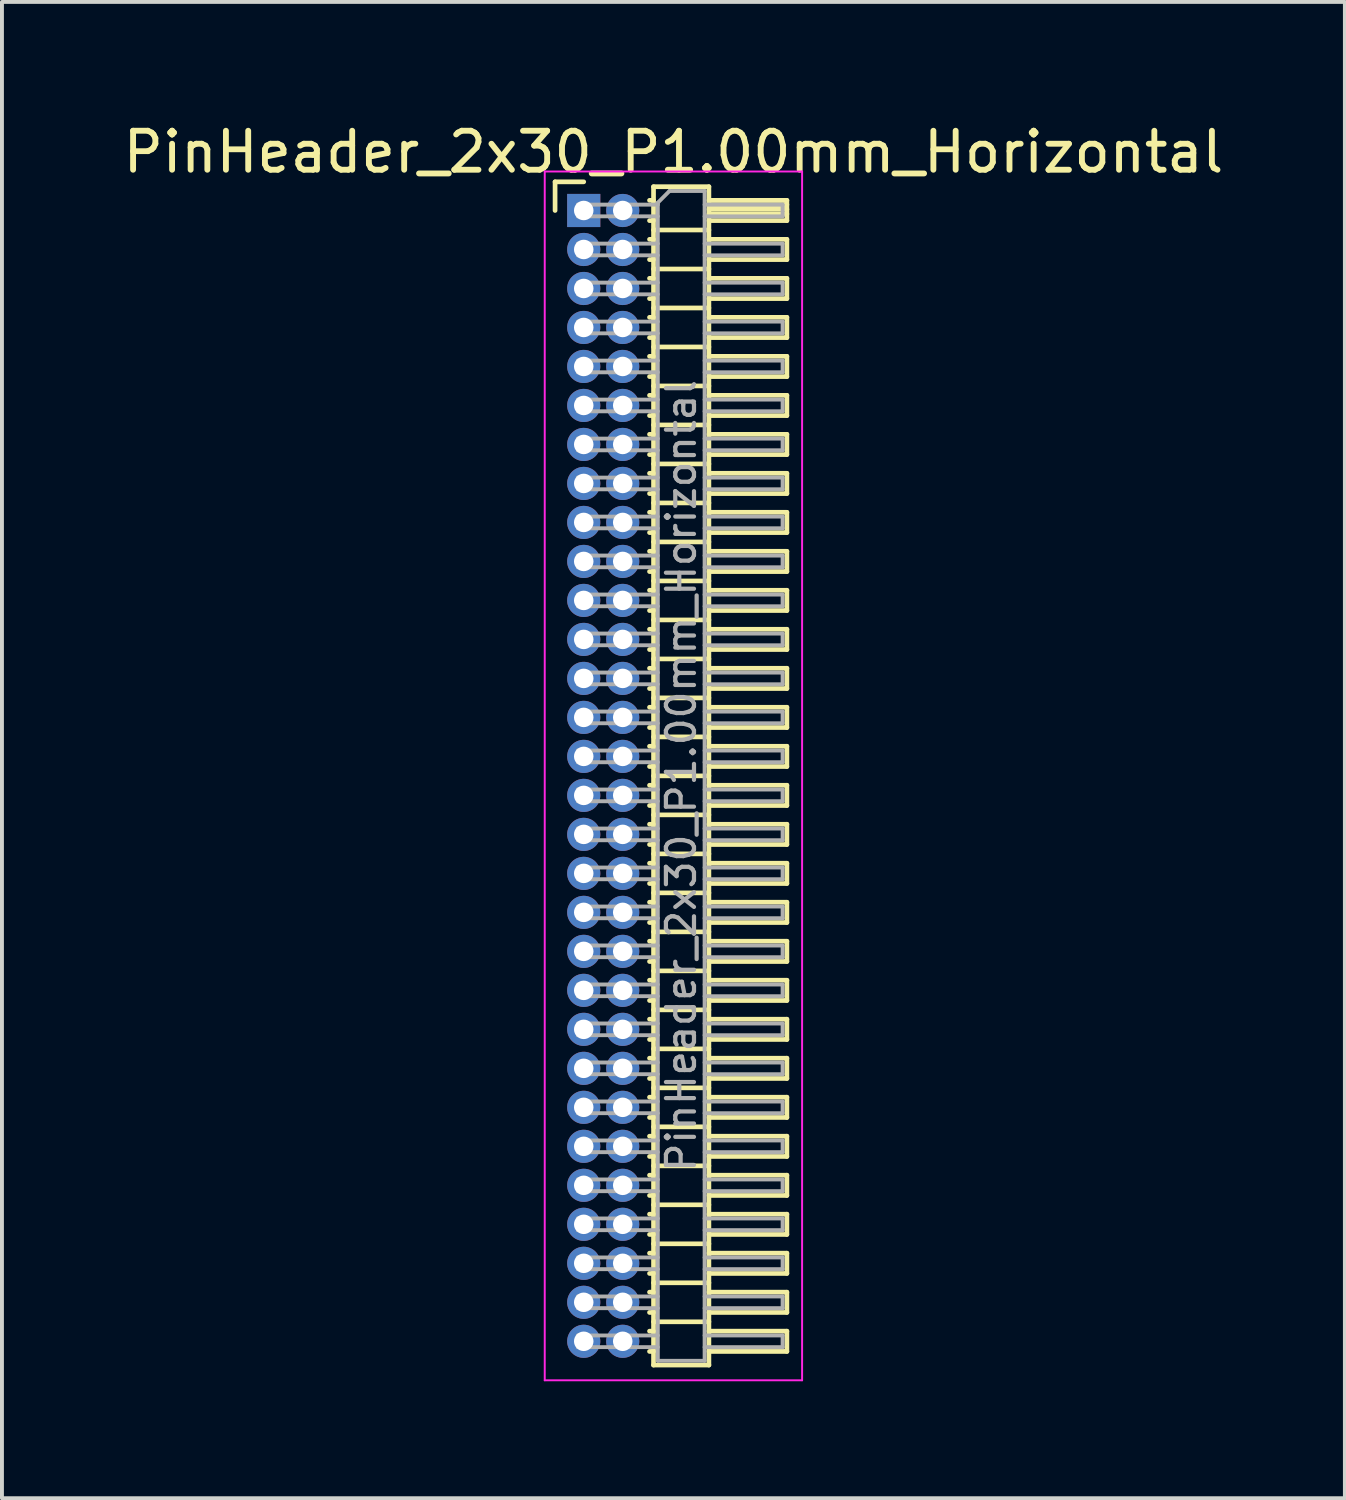
<source format=kicad_pcb>
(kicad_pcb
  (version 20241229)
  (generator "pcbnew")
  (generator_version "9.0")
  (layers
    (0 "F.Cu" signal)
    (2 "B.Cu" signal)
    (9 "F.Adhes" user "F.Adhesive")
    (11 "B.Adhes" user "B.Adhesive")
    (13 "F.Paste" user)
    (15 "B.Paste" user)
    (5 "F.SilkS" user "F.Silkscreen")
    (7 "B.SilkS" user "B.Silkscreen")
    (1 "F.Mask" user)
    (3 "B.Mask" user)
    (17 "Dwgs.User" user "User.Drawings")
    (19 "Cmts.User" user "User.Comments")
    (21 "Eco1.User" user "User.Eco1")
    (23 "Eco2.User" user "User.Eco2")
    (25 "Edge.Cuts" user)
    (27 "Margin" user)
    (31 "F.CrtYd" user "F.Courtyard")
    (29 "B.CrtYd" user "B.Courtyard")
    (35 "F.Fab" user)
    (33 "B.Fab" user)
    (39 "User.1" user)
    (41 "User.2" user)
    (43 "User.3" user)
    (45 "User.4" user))
  (footprint "PinHeader_2x30_P1.00mm_Horizontal"
    (layer "F.Cu")
    (at 11.92 2.348)
    (property "Reference" "PinHeader_2x30_P1.00mm_Horizontal" (at 2.3 -1.5 0) (layer "F.SilkS") (effects (font (size 1 1) (thickness 0.15))))
    (attr through_hole)
    (fp_line (start -0.735 -0.735) (end 0 -0.735) (stroke (width 0.12) (type solid)) (layer "F.SilkS"))
    (fp_line (start -0.735 0) (end -0.735 -0.735) (stroke (width 0.12) (type solid)) (layer "F.SilkS"))
    (fp_line (start 1.687 -0.26) (end 1.79 -0.26) (stroke (width 0.12) (type solid)) (layer "F.SilkS"))
    (fp_line (start 1.687 0.26) (end 1.79 0.26) (stroke (width 0.12) (type solid)) (layer "F.SilkS"))
    (fp_line (start 1.687 0.74) (end 1.79 0.74) (stroke (width 0.12) (type solid)) (layer "F.SilkS"))
    (fp_line (start 1.687 1.26) (end 1.79 1.26) (stroke (width 0.12) (type solid)) (layer "F.SilkS"))
    (fp_line (start 1.687 1.74) (end 1.79 1.74) (stroke (width 0.12) (type solid)) (layer "F.SilkS"))
    (fp_line (start 1.687 2.26) (end 1.79 2.26) (stroke (width 0.12) (type solid)) (layer "F.SilkS"))
    (fp_line (start 1.687 2.74) (end 1.79 2.74) (stroke (width 0.12) (type solid)) (layer "F.SilkS"))
    (fp_line (start 1.687 3.26) (end 1.79 3.26) (stroke (width 0.12) (type solid)) (layer "F.SilkS"))
    (fp_line (start 1.687 3.74) (end 1.79 3.74) (stroke (width 0.12) (type solid)) (layer "F.SilkS"))
    (fp_line (start 1.687 4.26) (end 1.79 4.26) (stroke (width 0.12) (type solid)) (layer "F.SilkS"))
    (fp_line (start 1.687 4.74) (end 1.79 4.74) (stroke (width 0.12) (type solid)) (layer "F.SilkS"))
    (fp_line (start 1.687 5.26) (end 1.79 5.26) (stroke (width 0.12) (type solid)) (layer "F.SilkS"))
    (fp_line (start 1.687 5.74) (end 1.79 5.74) (stroke (width 0.12) (type solid)) (layer "F.SilkS"))
    (fp_line (start 1.687 6.26) (end 1.79 6.26) (stroke (width 0.12) (type solid)) (layer "F.SilkS"))
    (fp_line (start 1.687 6.74) (end 1.79 6.74) (stroke (width 0.12) (type solid)) (layer "F.SilkS"))
    (fp_line (start 1.687 7.26) (end 1.79 7.26) (stroke (width 0.12) (type solid)) (layer "F.SilkS"))
    (fp_line (start 1.687 7.74) (end 1.79 7.74) (stroke (width 0.12) (type solid)) (layer "F.SilkS"))
    (fp_line (start 1.687 8.26) (end 1.79 8.26) (stroke (width 0.12) (type solid)) (layer "F.SilkS"))
    (fp_line (start 1.687 8.74) (end 1.79 8.74) (stroke (width 0.12) (type solid)) (layer "F.SilkS"))
    (fp_line (start 1.687 9.26) (end 1.79 9.26) (stroke (width 0.12) (type solid)) (layer "F.SilkS"))
    (fp_line (start 1.687 9.74) (end 1.79 9.74) (stroke (width 0.12) (type solid)) (layer "F.SilkS"))
    (fp_line (start 1.687 10.26) (end 1.79 10.26) (stroke (width 0.12) (type solid)) (layer "F.SilkS"))
    (fp_line (start 1.687 10.74) (end 1.79 10.74) (stroke (width 0.12) (type solid)) (layer "F.SilkS"))
    (fp_line (start 1.687 11.26) (end 1.79 11.26) (stroke (width 0.12) (type solid)) (layer "F.SilkS"))
    (fp_line (start 1.687 11.74) (end 1.79 11.74) (stroke (width 0.12) (type solid)) (layer "F.SilkS"))
    (fp_line (start 1.687 12.26) (end 1.79 12.26) (stroke (width 0.12) (type solid)) (layer "F.SilkS"))
    (fp_line (start 1.687 12.74) (end 1.79 12.74) (stroke (width 0.12) (type solid)) (layer "F.SilkS"))
    (fp_line (start 1.687 13.26) (end 1.79 13.26) (stroke (width 0.12) (type solid)) (layer "F.SilkS"))
    (fp_line (start 1.687 13.74) (end 1.79 13.74) (stroke (width 0.12) (type solid)) (layer "F.SilkS"))
    (fp_line (start 1.687 14.26) (end 1.79 14.26) (stroke (width 0.12) (type solid)) (layer "F.SilkS"))
    (fp_line (start 1.687 14.74) (end 1.79 14.74) (stroke (width 0.12) (type solid)) (layer "F.SilkS"))
    (fp_line (start 1.687 15.26) (end 1.79 15.26) (stroke (width 0.12) (type solid)) (layer "F.SilkS"))
    (fp_line (start 1.687 15.74) (end 1.79 15.74) (stroke (width 0.12) (type solid)) (layer "F.SilkS"))
    (fp_line (start 1.687 16.26) (end 1.79 16.26) (stroke (width 0.12) (type solid)) (layer "F.SilkS"))
    (fp_line (start 1.687 16.74) (end 1.79 16.74) (stroke (width 0.12) (type solid)) (layer "F.SilkS"))
    (fp_line (start 1.687 17.26) (end 1.79 17.26) (stroke (width 0.12) (type solid)) (layer "F.SilkS"))
    (fp_line (start 1.687 17.74) (end 1.79 17.74) (stroke (width 0.12) (type solid)) (layer "F.SilkS"))
    (fp_line (start 1.687 18.26) (end 1.79 18.26) (stroke (width 0.12) (type solid)) (layer "F.SilkS"))
    (fp_line (start 1.687 18.74) (end 1.79 18.74) (stroke (width 0.12) (type solid)) (layer "F.SilkS"))
    (fp_line (start 1.687 19.26) (end 1.79 19.26) (stroke (width 0.12) (type solid)) (layer "F.SilkS"))
    (fp_line (start 1.687 19.74) (end 1.79 19.74) (stroke (width 0.12) (type solid)) (layer "F.SilkS"))
    (fp_line (start 1.687 20.26) (end 1.79 20.26) (stroke (width 0.12) (type solid)) (layer "F.SilkS"))
    (fp_line (start 1.687 20.74) (end 1.79 20.74) (stroke (width 0.12) (type solid)) (layer "F.SilkS"))
    (fp_line (start 1.687 21.26) (end 1.79 21.26) (stroke (width 0.12) (type solid)) (layer "F.SilkS"))
    (fp_line (start 1.687 21.74) (end 1.79 21.74) (stroke (width 0.12) (type solid)) (layer "F.SilkS"))
    (fp_line (start 1.687 22.26) (end 1.79 22.26) (stroke (width 0.12) (type solid)) (layer "F.SilkS"))
    (fp_line (start 1.687 22.74) (end 1.79 22.74) (stroke (width 0.12) (type solid)) (layer "F.SilkS"))
    (fp_line (start 1.687 23.26) (end 1.79 23.26) (stroke (width 0.12) (type solid)) (layer "F.SilkS"))
    (fp_line (start 1.687 23.74) (end 1.79 23.74) (stroke (width 0.12) (type solid)) (layer "F.SilkS"))
    (fp_line (start 1.687 24.26) (end 1.79 24.26) (stroke (width 0.12) (type solid)) (layer "F.SilkS"))
    (fp_line (start 1.687 24.74) (end 1.79 24.74) (stroke (width 0.12) (type solid)) (layer "F.SilkS"))
    (fp_line (start 1.687 25.26) (end 1.79 25.26) (stroke (width 0.12) (type solid)) (layer "F.SilkS"))
    (fp_line (start 1.687 25.74) (end 1.79 25.74) (stroke (width 0.12) (type solid)) (layer "F.SilkS"))
    (fp_line (start 1.687 26.26) (end 1.79 26.26) (stroke (width 0.12) (type solid)) (layer "F.SilkS"))
    (fp_line (start 1.687 26.74) (end 1.79 26.74) (stroke (width 0.12) (type solid)) (layer "F.SilkS"))
    (fp_line (start 1.687 27.26) (end 1.79 27.26) (stroke (width 0.12) (type solid)) (layer "F.SilkS"))
    (fp_line (start 1.687 27.74) (end 1.79 27.74) (stroke (width 0.12) (type solid)) (layer "F.SilkS"))
    (fp_line (start 1.687 28.26) (end 1.79 28.26) (stroke (width 0.12) (type solid)) (layer "F.SilkS"))
    (fp_line (start 1.687 28.74) (end 1.79 28.74) (stroke (width 0.12) (type solid)) (layer "F.SilkS"))
    (fp_line (start 1.687 29.26) (end 1.79 29.26) (stroke (width 0.12) (type solid)) (layer "F.SilkS"))
    (fp_line (start 1.79 -0.61) (end 1.79 29.61) (stroke (width 0.12) (type solid)) (layer "F.SilkS"))
    (fp_line (start 1.79 0.5) (end 3.21 0.5) (stroke (width 0.12) (type solid)) (layer "F.SilkS"))
    (fp_line (start 1.79 1.5) (end 3.21 1.5) (stroke (width 0.12) (type solid)) (layer "F.SilkS"))
    (fp_line (start 1.79 2.5) (end 3.21 2.5) (stroke (width 0.12) (type solid)) (layer "F.SilkS"))
    (fp_line (start 1.79 3.5) (end 3.21 3.5) (stroke (width 0.12) (type solid)) (layer "F.SilkS"))
    (fp_line (start 1.79 4.5) (end 3.21 4.5) (stroke (width 0.12) (type solid)) (layer "F.SilkS"))
    (fp_line (start 1.79 5.5) (end 3.21 5.5) (stroke (width 0.12) (type solid)) (layer "F.SilkS"))
    (fp_line (start 1.79 6.5) (end 3.21 6.5) (stroke (width 0.12) (type solid)) (layer "F.SilkS"))
    (fp_line (start 1.79 7.5) (end 3.21 7.5) (stroke (width 0.12) (type solid)) (layer "F.SilkS"))
    (fp_line (start 1.79 8.5) (end 3.21 8.5) (stroke (width 0.12) (type solid)) (layer "F.SilkS"))
    (fp_line (start 1.79 9.5) (end 3.21 9.5) (stroke (width 0.12) (type solid)) (layer "F.SilkS"))
    (fp_line (start 1.79 10.5) (end 3.21 10.5) (stroke (width 0.12) (type solid)) (layer "F.SilkS"))
    (fp_line (start 1.79 11.5) (end 3.21 11.5) (stroke (width 0.12) (type solid)) (layer "F.SilkS"))
    (fp_line (start 1.79 12.5) (end 3.21 12.5) (stroke (width 0.12) (type solid)) (layer "F.SilkS"))
    (fp_line (start 1.79 13.5) (end 3.21 13.5) (stroke (width 0.12) (type solid)) (layer "F.SilkS"))
    (fp_line (start 1.79 14.5) (end 3.21 14.5) (stroke (width 0.12) (type solid)) (layer "F.SilkS"))
    (fp_line (start 1.79 15.5) (end 3.21 15.5) (stroke (width 0.12) (type solid)) (layer "F.SilkS"))
    (fp_line (start 1.79 16.5) (end 3.21 16.5) (stroke (width 0.12) (type solid)) (layer "F.SilkS"))
    (fp_line (start 1.79 17.5) (end 3.21 17.5) (stroke (width 0.12) (type solid)) (layer "F.SilkS"))
    (fp_line (start 1.79 18.5) (end 3.21 18.5) (stroke (width 0.12) (type solid)) (layer "F.SilkS"))
    (fp_line (start 1.79 19.5) (end 3.21 19.5) (stroke (width 0.12) (type solid)) (layer "F.SilkS"))
    (fp_line (start 1.79 20.5) (end 3.21 20.5) (stroke (width 0.12) (type solid)) (layer "F.SilkS"))
    (fp_line (start 1.79 21.5) (end 3.21 21.5) (stroke (width 0.12) (type solid)) (layer "F.SilkS"))
    (fp_line (start 1.79 22.5) (end 3.21 22.5) (stroke (width 0.12) (type solid)) (layer "F.SilkS"))
    (fp_line (start 1.79 23.5) (end 3.21 23.5) (stroke (width 0.12) (type solid)) (layer "F.SilkS"))
    (fp_line (start 1.79 24.5) (end 3.21 24.5) (stroke (width 0.12) (type solid)) (layer "F.SilkS"))
    (fp_line (start 1.79 25.5) (end 3.21 25.5) (stroke (width 0.12) (type solid)) (layer "F.SilkS"))
    (fp_line (start 1.79 26.5) (end 3.21 26.5) (stroke (width 0.12) (type solid)) (layer "F.SilkS"))
    (fp_line (start 1.79 27.5) (end 3.21 27.5) (stroke (width 0.12) (type solid)) (layer "F.SilkS"))
    (fp_line (start 1.79 28.5) (end 3.21 28.5) (stroke (width 0.12) (type solid)) (layer "F.SilkS"))
    (fp_line (start 1.79 29.61) (end 3.21 29.61) (stroke (width 0.12) (type solid)) (layer "F.SilkS"))
    (fp_line (start 3.21 -0.61) (end 1.79 -0.61) (stroke (width 0.12) (type solid)) (layer "F.SilkS"))
    (fp_line (start 3.21 -0.26) (end 5.21 -0.26) (stroke (width 0.12) (type solid)) (layer "F.SilkS"))
    (fp_line (start 3.21 -0.15) (end 5.21 -0.15) (stroke (width 0.12) (type solid)) (layer "F.SilkS"))
    (fp_line (start 3.21 -0.03) (end 5.21 -0.03) (stroke (width 0.12) (type solid)) (layer "F.SilkS"))
    (fp_line (start 3.21 0.09) (end 5.21 0.09) (stroke (width 0.12) (type solid)) (layer "F.SilkS"))
    (fp_line (start 3.21 0.74) (end 5.21 0.74) (stroke (width 0.12) (type solid)) (layer "F.SilkS"))
    (fp_line (start 3.21 1.74) (end 5.21 1.74) (stroke (width 0.12) (type solid)) (layer "F.SilkS"))
    (fp_line (start 3.21 2.74) (end 5.21 2.74) (stroke (width 0.12) (type solid)) (layer "F.SilkS"))
    (fp_line (start 3.21 3.74) (end 5.21 3.74) (stroke (width 0.12) (type solid)) (layer "F.SilkS"))
    (fp_line (start 3.21 4.74) (end 5.21 4.74) (stroke (width 0.12) (type solid)) (layer "F.SilkS"))
    (fp_line (start 3.21 5.74) (end 5.21 5.74) (stroke (width 0.12) (type solid)) (layer "F.SilkS"))
    (fp_line (start 3.21 6.74) (end 5.21 6.74) (stroke (width 0.12) (type solid)) (layer "F.SilkS"))
    (fp_line (start 3.21 7.74) (end 5.21 7.74) (stroke (width 0.12) (type solid)) (layer "F.SilkS"))
    (fp_line (start 3.21 8.74) (end 5.21 8.74) (stroke (width 0.12) (type solid)) (layer "F.SilkS"))
    (fp_line (start 3.21 9.74) (end 5.21 9.74) (stroke (width 0.12) (type solid)) (layer "F.SilkS"))
    (fp_line (start 3.21 10.74) (end 5.21 10.74) (stroke (width 0.12) (type solid)) (layer "F.SilkS"))
    (fp_line (start 3.21 11.74) (end 5.21 11.74) (stroke (width 0.12) (type solid)) (layer "F.SilkS"))
    (fp_line (start 3.21 12.74) (end 5.21 12.74) (stroke (width 0.12) (type solid)) (layer "F.SilkS"))
    (fp_line (start 3.21 13.74) (end 5.21 13.74) (stroke (width 0.12) (type solid)) (layer "F.SilkS"))
    (fp_line (start 3.21 14.74) (end 5.21 14.74) (stroke (width 0.12) (type solid)) (layer "F.SilkS"))
    (fp_line (start 3.21 15.74) (end 5.21 15.74) (stroke (width 0.12) (type solid)) (layer "F.SilkS"))
    (fp_line (start 3.21 16.74) (end 5.21 16.74) (stroke (width 0.12) (type solid)) (layer "F.SilkS"))
    (fp_line (start 3.21 17.74) (end 5.21 17.74) (stroke (width 0.12) (type solid)) (layer "F.SilkS"))
    (fp_line (start 3.21 18.74) (end 5.21 18.74) (stroke (width 0.12) (type solid)) (layer "F.SilkS"))
    (fp_line (start 3.21 19.74) (end 5.21 19.74) (stroke (width 0.12) (type solid)) (layer "F.SilkS"))
    (fp_line (start 3.21 20.74) (end 5.21 20.74) (stroke (width 0.12) (type solid)) (layer "F.SilkS"))
    (fp_line (start 3.21 21.74) (end 5.21 21.74) (stroke (width 0.12) (type solid)) (layer "F.SilkS"))
    (fp_line (start 3.21 22.74) (end 5.21 22.74) (stroke (width 0.12) (type solid)) (layer "F.SilkS"))
    (fp_line (start 3.21 23.74) (end 5.21 23.74) (stroke (width 0.12) (type solid)) (layer "F.SilkS"))
    (fp_line (start 3.21 24.74) (end 5.21 24.74) (stroke (width 0.12) (type solid)) (layer "F.SilkS"))
    (fp_line (start 3.21 25.74) (end 5.21 25.74) (stroke (width 0.12) (type solid)) (layer "F.SilkS"))
    (fp_line (start 3.21 26.74) (end 5.21 26.74) (stroke (width 0.12) (type solid)) (layer "F.SilkS"))
    (fp_line (start 3.21 27.74) (end 5.21 27.74) (stroke (width 0.12) (type solid)) (layer "F.SilkS"))
    (fp_line (start 3.21 28.74) (end 5.21 28.74) (stroke (width 0.12) (type solid)) (layer "F.SilkS"))
    (fp_line (start 3.21 29.61) (end 3.21 -0.61) (stroke (width 0.12) (type solid)) (layer "F.SilkS"))
    (fp_line (start 5.21 -0.26) (end 5.21 0.26) (stroke (width 0.12) (type solid)) (layer "F.SilkS"))
    (fp_line (start 5.21 0.26) (end 3.21 0.26) (stroke (width 0.12) (type solid)) (layer "F.SilkS"))
    (fp_line (start 5.21 0.74) (end 5.21 1.26) (stroke (width 0.12) (type solid)) (layer "F.SilkS"))
    (fp_line (start 5.21 1.26) (end 3.21 1.26) (stroke (width 0.12) (type solid)) (layer "F.SilkS"))
    (fp_line (start 5.21 1.74) (end 5.21 2.26) (stroke (width 0.12) (type solid)) (layer "F.SilkS"))
    (fp_line (start 5.21 2.26) (end 3.21 2.26) (stroke (width 0.12) (type solid)) (layer "F.SilkS"))
    (fp_line (start 5.21 2.74) (end 5.21 3.26) (stroke (width 0.12) (type solid)) (layer "F.SilkS"))
    (fp_line (start 5.21 3.26) (end 3.21 3.26) (stroke (width 0.12) (type solid)) (layer "F.SilkS"))
    (fp_line (start 5.21 3.74) (end 5.21 4.26) (stroke (width 0.12) (type solid)) (layer "F.SilkS"))
    (fp_line (start 5.21 4.26) (end 3.21 4.26) (stroke (width 0.12) (type solid)) (layer "F.SilkS"))
    (fp_line (start 5.21 4.74) (end 5.21 5.26) (stroke (width 0.12) (type solid)) (layer "F.SilkS"))
    (fp_line (start 5.21 5.26) (end 3.21 5.26) (stroke (width 0.12) (type solid)) (layer "F.SilkS"))
    (fp_line (start 5.21 5.74) (end 5.21 6.26) (stroke (width 0.12) (type solid)) (layer "F.SilkS"))
    (fp_line (start 5.21 6.26) (end 3.21 6.26) (stroke (width 0.12) (type solid)) (layer "F.SilkS"))
    (fp_line (start 5.21 6.74) (end 5.21 7.26) (stroke (width 0.12) (type solid)) (layer "F.SilkS"))
    (fp_line (start 5.21 7.26) (end 3.21 7.26) (stroke (width 0.12) (type solid)) (layer "F.SilkS"))
    (fp_line (start 5.21 7.74) (end 5.21 8.26) (stroke (width 0.12) (type solid)) (layer "F.SilkS"))
    (fp_line (start 5.21 8.26) (end 3.21 8.26) (stroke (width 0.12) (type solid)) (layer "F.SilkS"))
    (fp_line (start 5.21 8.74) (end 5.21 9.26) (stroke (width 0.12) (type solid)) (layer "F.SilkS"))
    (fp_line (start 5.21 9.26) (end 3.21 9.26) (stroke (width 0.12) (type solid)) (layer "F.SilkS"))
    (fp_line (start 5.21 9.74) (end 5.21 10.26) (stroke (width 0.12) (type solid)) (layer "F.SilkS"))
    (fp_line (start 5.21 10.26) (end 3.21 10.26) (stroke (width 0.12) (type solid)) (layer "F.SilkS"))
    (fp_line (start 5.21 10.74) (end 5.21 11.26) (stroke (width 0.12) (type solid)) (layer "F.SilkS"))
    (fp_line (start 5.21 11.26) (end 3.21 11.26) (stroke (width 0.12) (type solid)) (layer "F.SilkS"))
    (fp_line (start 5.21 11.74) (end 5.21 12.26) (stroke (width 0.12) (type solid)) (layer "F.SilkS"))
    (fp_line (start 5.21 12.26) (end 3.21 12.26) (stroke (width 0.12) (type solid)) (layer "F.SilkS"))
    (fp_line (start 5.21 12.74) (end 5.21 13.26) (stroke (width 0.12) (type solid)) (layer "F.SilkS"))
    (fp_line (start 5.21 13.26) (end 3.21 13.26) (stroke (width 0.12) (type solid)) (layer "F.SilkS"))
    (fp_line (start 5.21 13.74) (end 5.21 14.26) (stroke (width 0.12) (type solid)) (layer "F.SilkS"))
    (fp_line (start 5.21 14.26) (end 3.21 14.26) (stroke (width 0.12) (type solid)) (layer "F.SilkS"))
    (fp_line (start 5.21 14.74) (end 5.21 15.26) (stroke (width 0.12) (type solid)) (layer "F.SilkS"))
    (fp_line (start 5.21 15.26) (end 3.21 15.26) (stroke (width 0.12) (type solid)) (layer "F.SilkS"))
    (fp_line (start 5.21 15.74) (end 5.21 16.26) (stroke (width 0.12) (type solid)) (layer "F.SilkS"))
    (fp_line (start 5.21 16.26) (end 3.21 16.26) (stroke (width 0.12) (type solid)) (layer "F.SilkS"))
    (fp_line (start 5.21 16.74) (end 5.21 17.26) (stroke (width 0.12) (type solid)) (layer "F.SilkS"))
    (fp_line (start 5.21 17.26) (end 3.21 17.26) (stroke (width 0.12) (type solid)) (layer "F.SilkS"))
    (fp_line (start 5.21 17.74) (end 5.21 18.26) (stroke (width 0.12) (type solid)) (layer "F.SilkS"))
    (fp_line (start 5.21 18.26) (end 3.21 18.26) (stroke (width 0.12) (type solid)) (layer "F.SilkS"))
    (fp_line (start 5.21 18.74) (end 5.21 19.26) (stroke (width 0.12) (type solid)) (layer "F.SilkS"))
    (fp_line (start 5.21 19.26) (end 3.21 19.26) (stroke (width 0.12) (type solid)) (layer "F.SilkS"))
    (fp_line (start 5.21 19.74) (end 5.21 20.26) (stroke (width 0.12) (type solid)) (layer "F.SilkS"))
    (fp_line (start 5.21 20.26) (end 3.21 20.26) (stroke (width 0.12) (type solid)) (layer "F.SilkS"))
    (fp_line (start 5.21 20.74) (end 5.21 21.26) (stroke (width 0.12) (type solid)) (layer "F.SilkS"))
    (fp_line (start 5.21 21.26) (end 3.21 21.26) (stroke (width 0.12) (type solid)) (layer "F.SilkS"))
    (fp_line (start 5.21 21.74) (end 5.21 22.26) (stroke (width 0.12) (type solid)) (layer "F.SilkS"))
    (fp_line (start 5.21 22.26) (end 3.21 22.26) (stroke (width 0.12) (type solid)) (layer "F.SilkS"))
    (fp_line (start 5.21 22.74) (end 5.21 23.26) (stroke (width 0.12) (type solid)) (layer "F.SilkS"))
    (fp_line (start 5.21 23.26) (end 3.21 23.26) (stroke (width 0.12) (type solid)) (layer "F.SilkS"))
    (fp_line (start 5.21 23.74) (end 5.21 24.26) (stroke (width 0.12) (type solid)) (layer "F.SilkS"))
    (fp_line (start 5.21 24.26) (end 3.21 24.26) (stroke (width 0.12) (type solid)) (layer "F.SilkS"))
    (fp_line (start 5.21 24.74) (end 5.21 25.26) (stroke (width 0.12) (type solid)) (layer "F.SilkS"))
    (fp_line (start 5.21 25.26) (end 3.21 25.26) (stroke (width 0.12) (type solid)) (layer "F.SilkS"))
    (fp_line (start 5.21 25.74) (end 5.21 26.26) (stroke (width 0.12) (type solid)) (layer "F.SilkS"))
    (fp_line (start 5.21 26.26) (end 3.21 26.26) (stroke (width 0.12) (type solid)) (layer "F.SilkS"))
    (fp_line (start 5.21 26.74) (end 5.21 27.26) (stroke (width 0.12) (type solid)) (layer "F.SilkS"))
    (fp_line (start 5.21 27.26) (end 3.21 27.26) (stroke (width 0.12) (type solid)) (layer "F.SilkS"))
    (fp_line (start 5.21 27.74) (end 5.21 28.26) (stroke (width 0.12) (type solid)) (layer "F.SilkS"))
    (fp_line (start 5.21 28.26) (end 3.21 28.26) (stroke (width 0.12) (type solid)) (layer "F.SilkS"))
    (fp_line (start 5.21 28.74) (end 5.21 29.26) (stroke (width 0.12) (type solid)) (layer "F.SilkS"))
    (fp_line (start 5.21 29.26) (end 3.21 29.26) (stroke (width 0.12) (type solid)) (layer "F.SilkS"))
    (fp_line (start -1 -1) (end -1 30) (stroke (width 0.05) (type solid)) (layer "F.CrtYd"))
    (fp_line (start -1 30) (end 5.6 30) (stroke (width 0.05) (type solid)) (layer "F.CrtYd"))
    (fp_line (start 5.6 -1) (end -1 -1) (stroke (width 0.05) (type solid)) (layer "F.CrtYd"))
    (fp_line (start 5.6 30) (end 5.6 -1) (stroke (width 0.05) (type solid)) (layer "F.CrtYd"))
    (fp_line (start -0.15 -0.15) (end -0.15 0.15) (stroke (width 0.1) (type solid)) (layer "F.Fab"))
    (fp_line (start -0.15 -0.15) (end 1.9 -0.15) (stroke (width 0.1) (type solid)) (layer "F.Fab"))
    (fp_line (start -0.15 0.15) (end 1.9 0.15) (stroke (width 0.1) (type solid)) (layer "F.Fab"))
    (fp_line (start -0.15 0.85) (end -0.15 1.15) (stroke (width 0.1) (type solid)) (layer "F.Fab"))
    (fp_line (start -0.15 0.85) (end 1.9 0.85) (stroke (width 0.1) (type solid)) (layer "F.Fab"))
    (fp_line (start -0.15 1.15) (end 1.9 1.15) (stroke (width 0.1) (type solid)) (layer "F.Fab"))
    (fp_line (start -0.15 1.85) (end -0.15 2.15) (stroke (width 0.1) (type solid)) (layer "F.Fab"))
    (fp_line (start -0.15 1.85) (end 1.9 1.85) (stroke (width 0.1) (type solid)) (layer "F.Fab"))
    (fp_line (start -0.15 2.15) (end 1.9 2.15) (stroke (width 0.1) (type solid)) (layer "F.Fab"))
    (fp_line (start -0.15 2.85) (end -0.15 3.15) (stroke (width 0.1) (type solid)) (layer "F.Fab"))
    (fp_line (start -0.15 2.85) (end 1.9 2.85) (stroke (width 0.1) (type solid)) (layer "F.Fab"))
    (fp_line (start -0.15 3.15) (end 1.9 3.15) (stroke (width 0.1) (type solid)) (layer "F.Fab"))
    (fp_line (start -0.15 3.85) (end -0.15 4.15) (stroke (width 0.1) (type solid)) (layer "F.Fab"))
    (fp_line (start -0.15 3.85) (end 1.9 3.85) (stroke (width 0.1) (type solid)) (layer "F.Fab"))
    (fp_line (start -0.15 4.15) (end 1.9 4.15) (stroke (width 0.1) (type solid)) (layer "F.Fab"))
    (fp_line (start -0.15 4.85) (end -0.15 5.15) (stroke (width 0.1) (type solid)) (layer "F.Fab"))
    (fp_line (start -0.15 4.85) (end 1.9 4.85) (stroke (width 0.1) (type solid)) (layer "F.Fab"))
    (fp_line (start -0.15 5.15) (end 1.9 5.15) (stroke (width 0.1) (type solid)) (layer "F.Fab"))
    (fp_line (start -0.15 5.85) (end -0.15 6.15) (stroke (width 0.1) (type solid)) (layer "F.Fab"))
    (fp_line (start -0.15 5.85) (end 1.9 5.85) (stroke (width 0.1) (type solid)) (layer "F.Fab"))
    (fp_line (start -0.15 6.15) (end 1.9 6.15) (stroke (width 0.1) (type solid)) (layer "F.Fab"))
    (fp_line (start -0.15 6.85) (end -0.15 7.15) (stroke (width 0.1) (type solid)) (layer "F.Fab"))
    (fp_line (start -0.15 6.85) (end 1.9 6.85) (stroke (width 0.1) (type solid)) (layer "F.Fab"))
    (fp_line (start -0.15 7.15) (end 1.9 7.15) (stroke (width 0.1) (type solid)) (layer "F.Fab"))
    (fp_line (start -0.15 7.85) (end -0.15 8.15) (stroke (width 0.1) (type solid)) (layer "F.Fab"))
    (fp_line (start -0.15 7.85) (end 1.9 7.85) (stroke (width 0.1) (type solid)) (layer "F.Fab"))
    (fp_line (start -0.15 8.15) (end 1.9 8.15) (stroke (width 0.1) (type solid)) (layer "F.Fab"))
    (fp_line (start -0.15 8.85) (end -0.15 9.15) (stroke (width 0.1) (type solid)) (layer "F.Fab"))
    (fp_line (start -0.15 8.85) (end 1.9 8.85) (stroke (width 0.1) (type solid)) (layer "F.Fab"))
    (fp_line (start -0.15 9.15) (end 1.9 9.15) (stroke (width 0.1) (type solid)) (layer "F.Fab"))
    (fp_line (start -0.15 9.85) (end -0.15 10.15) (stroke (width 0.1) (type solid)) (layer "F.Fab"))
    (fp_line (start -0.15 9.85) (end 1.9 9.85) (stroke (width 0.1) (type solid)) (layer "F.Fab"))
    (fp_line (start -0.15 10.15) (end 1.9 10.15) (stroke (width 0.1) (type solid)) (layer "F.Fab"))
    (fp_line (start -0.15 10.85) (end -0.15 11.15) (stroke (width 0.1) (type solid)) (layer "F.Fab"))
    (fp_line (start -0.15 10.85) (end 1.9 10.85) (stroke (width 0.1) (type solid)) (layer "F.Fab"))
    (fp_line (start -0.15 11.15) (end 1.9 11.15) (stroke (width 0.1) (type solid)) (layer "F.Fab"))
    (fp_line (start -0.15 11.85) (end -0.15 12.15) (stroke (width 0.1) (type solid)) (layer "F.Fab"))
    (fp_line (start -0.15 11.85) (end 1.9 11.85) (stroke (width 0.1) (type solid)) (layer "F.Fab"))
    (fp_line (start -0.15 12.15) (end 1.9 12.15) (stroke (width 0.1) (type solid)) (layer "F.Fab"))
    (fp_line (start -0.15 12.85) (end -0.15 13.15) (stroke (width 0.1) (type solid)) (layer "F.Fab"))
    (fp_line (start -0.15 12.85) (end 1.9 12.85) (stroke (width 0.1) (type solid)) (layer "F.Fab"))
    (fp_line (start -0.15 13.15) (end 1.9 13.15) (stroke (width 0.1) (type solid)) (layer "F.Fab"))
    (fp_line (start -0.15 13.85) (end -0.15 14.15) (stroke (width 0.1) (type solid)) (layer "F.Fab"))
    (fp_line (start -0.15 13.85) (end 1.9 13.85) (stroke (width 0.1) (type solid)) (layer "F.Fab"))
    (fp_line (start -0.15 14.15) (end 1.9 14.15) (stroke (width 0.1) (type solid)) (layer "F.Fab"))
    (fp_line (start -0.15 14.85) (end -0.15 15.15) (stroke (width 0.1) (type solid)) (layer "F.Fab"))
    (fp_line (start -0.15 14.85) (end 1.9 14.85) (stroke (width 0.1) (type solid)) (layer "F.Fab"))
    (fp_line (start -0.15 15.15) (end 1.9 15.15) (stroke (width 0.1) (type solid)) (layer "F.Fab"))
    (fp_line (start -0.15 15.85) (end -0.15 16.15) (stroke (width 0.1) (type solid)) (layer "F.Fab"))
    (fp_line (start -0.15 15.85) (end 1.9 15.85) (stroke (width 0.1) (type solid)) (layer "F.Fab"))
    (fp_line (start -0.15 16.15) (end 1.9 16.15) (stroke (width 0.1) (type solid)) (layer "F.Fab"))
    (fp_line (start -0.15 16.85) (end -0.15 17.15) (stroke (width 0.1) (type solid)) (layer "F.Fab"))
    (fp_line (start -0.15 16.85) (end 1.9 16.85) (stroke (width 0.1) (type solid)) (layer "F.Fab"))
    (fp_line (start -0.15 17.15) (end 1.9 17.15) (stroke (width 0.1) (type solid)) (layer "F.Fab"))
    (fp_line (start -0.15 17.85) (end -0.15 18.15) (stroke (width 0.1) (type solid)) (layer "F.Fab"))
    (fp_line (start -0.15 17.85) (end 1.9 17.85) (stroke (width 0.1) (type solid)) (layer "F.Fab"))
    (fp_line (start -0.15 18.15) (end 1.9 18.15) (stroke (width 0.1) (type solid)) (layer "F.Fab"))
    (fp_line (start -0.15 18.85) (end -0.15 19.15) (stroke (width 0.1) (type solid)) (layer "F.Fab"))
    (fp_line (start -0.15 18.85) (end 1.9 18.85) (stroke (width 0.1) (type solid)) (layer "F.Fab"))
    (fp_line (start -0.15 19.15) (end 1.9 19.15) (stroke (width 0.1) (type solid)) (layer "F.Fab"))
    (fp_line (start -0.15 19.85) (end -0.15 20.15) (stroke (width 0.1) (type solid)) (layer "F.Fab"))
    (fp_line (start -0.15 19.85) (end 1.9 19.85) (stroke (width 0.1) (type solid)) (layer "F.Fab"))
    (fp_line (start -0.15 20.15) (end 1.9 20.15) (stroke (width 0.1) (type solid)) (layer "F.Fab"))
    (fp_line (start -0.15 20.85) (end -0.15 21.15) (stroke (width 0.1) (type solid)) (layer "F.Fab"))
    (fp_line (start -0.15 20.85) (end 1.9 20.85) (stroke (width 0.1) (type solid)) (layer "F.Fab"))
    (fp_line (start -0.15 21.15) (end 1.9 21.15) (stroke (width 0.1) (type solid)) (layer "F.Fab"))
    (fp_line (start -0.15 21.85) (end -0.15 22.15) (stroke (width 0.1) (type solid)) (layer "F.Fab"))
    (fp_line (start -0.15 21.85) (end 1.9 21.85) (stroke (width 0.1) (type solid)) (layer "F.Fab"))
    (fp_line (start -0.15 22.15) (end 1.9 22.15) (stroke (width 0.1) (type solid)) (layer "F.Fab"))
    (fp_line (start -0.15 22.85) (end -0.15 23.15) (stroke (width 0.1) (type solid)) (layer "F.Fab"))
    (fp_line (start -0.15 22.85) (end 1.9 22.85) (stroke (width 0.1) (type solid)) (layer "F.Fab"))
    (fp_line (start -0.15 23.15) (end 1.9 23.15) (stroke (width 0.1) (type solid)) (layer "F.Fab"))
    (fp_line (start -0.15 23.85) (end -0.15 24.15) (stroke (width 0.1) (type solid)) (layer "F.Fab"))
    (fp_line (start -0.15 23.85) (end 1.9 23.85) (stroke (width 0.1) (type solid)) (layer "F.Fab"))
    (fp_line (start -0.15 24.15) (end 1.9 24.15) (stroke (width 0.1) (type solid)) (layer "F.Fab"))
    (fp_line (start -0.15 24.85) (end -0.15 25.15) (stroke (width 0.1) (type solid)) (layer "F.Fab"))
    (fp_line (start -0.15 24.85) (end 1.9 24.85) (stroke (width 0.1) (type solid)) (layer "F.Fab"))
    (fp_line (start -0.15 25.15) (end 1.9 25.15) (stroke (width 0.1) (type solid)) (layer "F.Fab"))
    (fp_line (start -0.15 25.85) (end -0.15 26.15) (stroke (width 0.1) (type solid)) (layer "F.Fab"))
    (fp_line (start -0.15 25.85) (end 1.9 25.85) (stroke (width 0.1) (type solid)) (layer "F.Fab"))
    (fp_line (start -0.15 26.15) (end 1.9 26.15) (stroke (width 0.1) (type solid)) (layer "F.Fab"))
    (fp_line (start -0.15 26.85) (end -0.15 27.15) (stroke (width 0.1) (type solid)) (layer "F.Fab"))
    (fp_line (start -0.15 26.85) (end 1.9 26.85) (stroke (width 0.1) (type solid)) (layer "F.Fab"))
    (fp_line (start -0.15 27.15) (end 1.9 27.15) (stroke (width 0.1) (type solid)) (layer "F.Fab"))
    (fp_line (start -0.15 27.85) (end -0.15 28.15) (stroke (width 0.1) (type solid)) (layer "F.Fab"))
    (fp_line (start -0.15 27.85) (end 1.9 27.85) (stroke (width 0.1) (type solid)) (layer "F.Fab"))
    (fp_line (start -0.15 28.15) (end 1.9 28.15) (stroke (width 0.1) (type solid)) (layer "F.Fab"))
    (fp_line (start -0.15 28.85) (end -0.15 29.15) (stroke (width 0.1) (type solid)) (layer "F.Fab"))
    (fp_line (start -0.15 28.85) (end 1.9 28.85) (stroke (width 0.1) (type solid)) (layer "F.Fab"))
    (fp_line (start -0.15 29.15) (end 1.9 29.15) (stroke (width 0.1) (type solid)) (layer "F.Fab"))
    (fp_line (start 1.9 -0.2) (end 2.2 -0.5) (stroke (width 0.1) (type solid)) (layer "F.Fab"))
    (fp_line (start 1.9 29.5) (end 1.9 -0.2) (stroke (width 0.1) (type solid)) (layer "F.Fab"))
    (fp_line (start 2.2 -0.5) (end 3.1 -0.5) (stroke (width 0.1) (type solid)) (layer "F.Fab"))
    (fp_line (start 3.1 -0.5) (end 3.1 29.5) (stroke (width 0.1) (type solid)) (layer "F.Fab"))
    (fp_line (start 3.1 -0.15) (end 5.1 -0.15) (stroke (width 0.1) (type solid)) (layer "F.Fab"))
    (fp_line (start 3.1 0.15) (end 5.1 0.15) (stroke (width 0.1) (type solid)) (layer "F.Fab"))
    (fp_line (start 3.1 0.85) (end 5.1 0.85) (stroke (width 0.1) (type solid)) (layer "F.Fab"))
    (fp_line (start 3.1 1.15) (end 5.1 1.15) (stroke (width 0.1) (type solid)) (layer "F.Fab"))
    (fp_line (start 3.1 1.85) (end 5.1 1.85) (stroke (width 0.1) (type solid)) (layer "F.Fab"))
    (fp_line (start 3.1 2.15) (end 5.1 2.15) (stroke (width 0.1) (type solid)) (layer "F.Fab"))
    (fp_line (start 3.1 2.85) (end 5.1 2.85) (stroke (width 0.1) (type solid)) (layer "F.Fab"))
    (fp_line (start 3.1 3.15) (end 5.1 3.15) (stroke (width 0.1) (type solid)) (layer "F.Fab"))
    (fp_line (start 3.1 3.85) (end 5.1 3.85) (stroke (width 0.1) (type solid)) (layer "F.Fab"))
    (fp_line (start 3.1 4.15) (end 5.1 4.15) (stroke (width 0.1) (type solid)) (layer "F.Fab"))
    (fp_line (start 3.1 4.85) (end 5.1 4.85) (stroke (width 0.1) (type solid)) (layer "F.Fab"))
    (fp_line (start 3.1 5.15) (end 5.1 5.15) (stroke (width 0.1) (type solid)) (layer "F.Fab"))
    (fp_line (start 3.1 5.85) (end 5.1 5.85) (stroke (width 0.1) (type solid)) (layer "F.Fab"))
    (fp_line (start 3.1 6.15) (end 5.1 6.15) (stroke (width 0.1) (type solid)) (layer "F.Fab"))
    (fp_line (start 3.1 6.85) (end 5.1 6.85) (stroke (width 0.1) (type solid)) (layer "F.Fab"))
    (fp_line (start 3.1 7.15) (end 5.1 7.15) (stroke (width 0.1) (type solid)) (layer "F.Fab"))
    (fp_line (start 3.1 7.85) (end 5.1 7.85) (stroke (width 0.1) (type solid)) (layer "F.Fab"))
    (fp_line (start 3.1 8.15) (end 5.1 8.15) (stroke (width 0.1) (type solid)) (layer "F.Fab"))
    (fp_line (start 3.1 8.85) (end 5.1 8.85) (stroke (width 0.1) (type solid)) (layer "F.Fab"))
    (fp_line (start 3.1 9.15) (end 5.1 9.15) (stroke (width 0.1) (type solid)) (layer "F.Fab"))
    (fp_line (start 3.1 9.85) (end 5.1 9.85) (stroke (width 0.1) (type solid)) (layer "F.Fab"))
    (fp_line (start 3.1 10.15) (end 5.1 10.15) (stroke (width 0.1) (type solid)) (layer "F.Fab"))
    (fp_line (start 3.1 10.85) (end 5.1 10.85) (stroke (width 0.1) (type solid)) (layer "F.Fab"))
    (fp_line (start 3.1 11.15) (end 5.1 11.15) (stroke (width 0.1) (type solid)) (layer "F.Fab"))
    (fp_line (start 3.1 11.85) (end 5.1 11.85) (stroke (width 0.1) (type solid)) (layer "F.Fab"))
    (fp_line (start 3.1 12.15) (end 5.1 12.15) (stroke (width 0.1) (type solid)) (layer "F.Fab"))
    (fp_line (start 3.1 12.85) (end 5.1 12.85) (stroke (width 0.1) (type solid)) (layer "F.Fab"))
    (fp_line (start 3.1 13.15) (end 5.1 13.15) (stroke (width 0.1) (type solid)) (layer "F.Fab"))
    (fp_line (start 3.1 13.85) (end 5.1 13.85) (stroke (width 0.1) (type solid)) (layer "F.Fab"))
    (fp_line (start 3.1 14.15) (end 5.1 14.15) (stroke (width 0.1) (type solid)) (layer "F.Fab"))
    (fp_line (start 3.1 14.85) (end 5.1 14.85) (stroke (width 0.1) (type solid)) (layer "F.Fab"))
    (fp_line (start 3.1 15.15) (end 5.1 15.15) (stroke (width 0.1) (type solid)) (layer "F.Fab"))
    (fp_line (start 3.1 15.85) (end 5.1 15.85) (stroke (width 0.1) (type solid)) (layer "F.Fab"))
    (fp_line (start 3.1 16.15) (end 5.1 16.15) (stroke (width 0.1) (type solid)) (layer "F.Fab"))
    (fp_line (start 3.1 16.85) (end 5.1 16.85) (stroke (width 0.1) (type solid)) (layer "F.Fab"))
    (fp_line (start 3.1 17.15) (end 5.1 17.15) (stroke (width 0.1) (type solid)) (layer "F.Fab"))
    (fp_line (start 3.1 17.85) (end 5.1 17.85) (stroke (width 0.1) (type solid)) (layer "F.Fab"))
    (fp_line (start 3.1 18.15) (end 5.1 18.15) (stroke (width 0.1) (type solid)) (layer "F.Fab"))
    (fp_line (start 3.1 18.85) (end 5.1 18.85) (stroke (width 0.1) (type solid)) (layer "F.Fab"))
    (fp_line (start 3.1 19.15) (end 5.1 19.15) (stroke (width 0.1) (type solid)) (layer "F.Fab"))
    (fp_line (start 3.1 19.85) (end 5.1 19.85) (stroke (width 0.1) (type solid)) (layer "F.Fab"))
    (fp_line (start 3.1 20.15) (end 5.1 20.15) (stroke (width 0.1) (type solid)) (layer "F.Fab"))
    (fp_line (start 3.1 20.85) (end 5.1 20.85) (stroke (width 0.1) (type solid)) (layer "F.Fab"))
    (fp_line (start 3.1 21.15) (end 5.1 21.15) (stroke (width 0.1) (type solid)) (layer "F.Fab"))
    (fp_line (start 3.1 21.85) (end 5.1 21.85) (stroke (width 0.1) (type solid)) (layer "F.Fab"))
    (fp_line (start 3.1 22.15) (end 5.1 22.15) (stroke (width 0.1) (type solid)) (layer "F.Fab"))
    (fp_line (start 3.1 22.85) (end 5.1 22.85) (stroke (width 0.1) (type solid)) (layer "F.Fab"))
    (fp_line (start 3.1 23.15) (end 5.1 23.15) (stroke (width 0.1) (type solid)) (layer "F.Fab"))
    (fp_line (start 3.1 23.85) (end 5.1 23.85) (stroke (width 0.1) (type solid)) (layer "F.Fab"))
    (fp_line (start 3.1 24.15) (end 5.1 24.15) (stroke (width 0.1) (type solid)) (layer "F.Fab"))
    (fp_line (start 3.1 24.85) (end 5.1 24.85) (stroke (width 0.1) (type solid)) (layer "F.Fab"))
    (fp_line (start 3.1 25.15) (end 5.1 25.15) (stroke (width 0.1) (type solid)) (layer "F.Fab"))
    (fp_line (start 3.1 25.85) (end 5.1 25.85) (stroke (width 0.1) (type solid)) (layer "F.Fab"))
    (fp_line (start 3.1 26.15) (end 5.1 26.15) (stroke (width 0.1) (type solid)) (layer "F.Fab"))
    (fp_line (start 3.1 26.85) (end 5.1 26.85) (stroke (width 0.1) (type solid)) (layer "F.Fab"))
    (fp_line (start 3.1 27.15) (end 5.1 27.15) (stroke (width 0.1) (type solid)) (layer "F.Fab"))
    (fp_line (start 3.1 27.85) (end 5.1 27.85) (stroke (width 0.1) (type solid)) (layer "F.Fab"))
    (fp_line (start 3.1 28.15) (end 5.1 28.15) (stroke (width 0.1) (type solid)) (layer "F.Fab"))
    (fp_line (start 3.1 28.85) (end 5.1 28.85) (stroke (width 0.1) (type solid)) (layer "F.Fab"))
    (fp_line (start 3.1 29.15) (end 5.1 29.15) (stroke (width 0.1) (type solid)) (layer "F.Fab"))
    (fp_line (start 3.1 29.5) (end 1.9 29.5) (stroke (width 0.1) (type solid)) (layer "F.Fab"))
    (fp_line (start 5.1 -0.15) (end 5.1 0.15) (stroke (width 0.1) (type solid)) (layer "F.Fab"))
    (fp_line (start 5.1 0.85) (end 5.1 1.15) (stroke (width 0.1) (type solid)) (layer "F.Fab"))
    (fp_line (start 5.1 1.85) (end 5.1 2.15) (stroke (width 0.1) (type solid)) (layer "F.Fab"))
    (fp_line (start 5.1 2.85) (end 5.1 3.15) (stroke (width 0.1) (type solid)) (layer "F.Fab"))
    (fp_line (start 5.1 3.85) (end 5.1 4.15) (stroke (width 0.1) (type solid)) (layer "F.Fab"))
    (fp_line (start 5.1 4.85) (end 5.1 5.15) (stroke (width 0.1) (type solid)) (layer "F.Fab"))
    (fp_line (start 5.1 5.85) (end 5.1 6.15) (stroke (width 0.1) (type solid)) (layer "F.Fab"))
    (fp_line (start 5.1 6.85) (end 5.1 7.15) (stroke (width 0.1) (type solid)) (layer "F.Fab"))
    (fp_line (start 5.1 7.85) (end 5.1 8.15) (stroke (width 0.1) (type solid)) (layer "F.Fab"))
    (fp_line (start 5.1 8.85) (end 5.1 9.15) (stroke (width 0.1) (type solid)) (layer "F.Fab"))
    (fp_line (start 5.1 9.85) (end 5.1 10.15) (stroke (width 0.1) (type solid)) (layer "F.Fab"))
    (fp_line (start 5.1 10.85) (end 5.1 11.15) (stroke (width 0.1) (type solid)) (layer "F.Fab"))
    (fp_line (start 5.1 11.85) (end 5.1 12.15) (stroke (width 0.1) (type solid)) (layer "F.Fab"))
    (fp_line (start 5.1 12.85) (end 5.1 13.15) (stroke (width 0.1) (type solid)) (layer "F.Fab"))
    (fp_line (start 5.1 13.85) (end 5.1 14.15) (stroke (width 0.1) (type solid)) (layer "F.Fab"))
    (fp_line (start 5.1 14.85) (end 5.1 15.15) (stroke (width 0.1) (type solid)) (layer "F.Fab"))
    (fp_line (start 5.1 15.85) (end 5.1 16.15) (stroke (width 0.1) (type solid)) (layer "F.Fab"))
    (fp_line (start 5.1 16.85) (end 5.1 17.15) (stroke (width 0.1) (type solid)) (layer "F.Fab"))
    (fp_line (start 5.1 17.85) (end 5.1 18.15) (stroke (width 0.1) (type solid)) (layer "F.Fab"))
    (fp_line (start 5.1 18.85) (end 5.1 19.15) (stroke (width 0.1) (type solid)) (layer "F.Fab"))
    (fp_line (start 5.1 19.85) (end 5.1 20.15) (stroke (width 0.1) (type solid)) (layer "F.Fab"))
    (fp_line (start 5.1 20.85) (end 5.1 21.15) (stroke (width 0.1) (type solid)) (layer "F.Fab"))
    (fp_line (start 5.1 21.85) (end 5.1 22.15) (stroke (width 0.1) (type solid)) (layer "F.Fab"))
    (fp_line (start 5.1 22.85) (end 5.1 23.15) (stroke (width 0.1) (type solid)) (layer "F.Fab"))
    (fp_line (start 5.1 23.85) (end 5.1 24.15) (stroke (width 0.1) (type solid)) (layer "F.Fab"))
    (fp_line (start 5.1 24.85) (end 5.1 25.15) (stroke (width 0.1) (type solid)) (layer "F.Fab"))
    (fp_line (start 5.1 25.85) (end 5.1 26.15) (stroke (width 0.1) (type solid)) (layer "F.Fab"))
    (fp_line (start 5.1 26.85) (end 5.1 27.15) (stroke (width 0.1) (type solid)) (layer "F.Fab"))
    (fp_line (start 5.1 27.85) (end 5.1 28.15) (stroke (width 0.1) (type solid)) (layer "F.Fab"))
    (fp_line (start 5.1 28.85) (end 5.1 29.15) (stroke (width 0.1) (type solid)) (layer "F.Fab"))
    (fp_text user "${REFERENCE}" (at 2.5 14.5 90) (layer "F.Fab") (effects (font (size 0.72 0.72) (thickness 0.108))))
    (pad "1" thru_hole rect (at 0 0) (size 0.85 0.85) (drill 0.5) (layers "*.Cu" "*.Mask"))
    (pad "2" thru_hole circle (at 1 0) (size 0.85 0.85) (drill 0.5) (layers "*.Cu" "*.Mask"))
    (pad "3" thru_hole circle (at 0 1) (size 0.85 0.85) (drill 0.5) (layers "*.Cu" "*.Mask"))
    (pad "4" thru_hole circle (at 1 1) (size 0.85 0.85) (drill 0.5) (layers "*.Cu" "*.Mask"))
    (pad "5" thru_hole circle (at 0 2) (size 0.85 0.85) (drill 0.5) (layers "*.Cu" "*.Mask"))
    (pad "6" thru_hole circle (at 1 2) (size 0.85 0.85) (drill 0.5) (layers "*.Cu" "*.Mask"))
    (pad "7" thru_hole circle (at 0 3) (size 0.85 0.85) (drill 0.5) (layers "*.Cu" "*.Mask"))
    (pad "8" thru_hole circle (at 1 3) (size 0.85 0.85) (drill 0.5) (layers "*.Cu" "*.Mask"))
    (pad "9" thru_hole circle (at 0 4) (size 0.85 0.85) (drill 0.5) (layers "*.Cu" "*.Mask"))
    (pad "10" thru_hole circle (at 1 4) (size 0.85 0.85) (drill 0.5) (layers "*.Cu" "*.Mask"))
    (pad "11" thru_hole circle (at 0 5) (size 0.85 0.85) (drill 0.5) (layers "*.Cu" "*.Mask"))
    (pad "12" thru_hole circle (at 1 5) (size 0.85 0.85) (drill 0.5) (layers "*.Cu" "*.Mask"))
    (pad "13" thru_hole circle (at 0 6) (size 0.85 0.85) (drill 0.5) (layers "*.Cu" "*.Mask"))
    (pad "14" thru_hole circle (at 1 6) (size 0.85 0.85) (drill 0.5) (layers "*.Cu" "*.Mask"))
    (pad "15" thru_hole circle (at 0 7) (size 0.85 0.85) (drill 0.5) (layers "*.Cu" "*.Mask"))
    (pad "16" thru_hole circle (at 1 7) (size 0.85 0.85) (drill 0.5) (layers "*.Cu" "*.Mask"))
    (pad "17" thru_hole circle (at 0 8) (size 0.85 0.85) (drill 0.5) (layers "*.Cu" "*.Mask"))
    (pad "18" thru_hole circle (at 1 8) (size 0.85 0.85) (drill 0.5) (layers "*.Cu" "*.Mask"))
    (pad "19" thru_hole circle (at 0 9) (size 0.85 0.85) (drill 0.5) (layers "*.Cu" "*.Mask"))
    (pad "20" thru_hole circle (at 1 9) (size 0.85 0.85) (drill 0.5) (layers "*.Cu" "*.Mask"))
    (pad "21" thru_hole circle (at 0 10) (size 0.85 0.85) (drill 0.5) (layers "*.Cu" "*.Mask"))
    (pad "22" thru_hole circle (at 1 10) (size 0.85 0.85) (drill 0.5) (layers "*.Cu" "*.Mask"))
    (pad "23" thru_hole circle (at 0 11) (size 0.85 0.85) (drill 0.5) (layers "*.Cu" "*.Mask"))
    (pad "24" thru_hole circle (at 1 11) (size 0.85 0.85) (drill 0.5) (layers "*.Cu" "*.Mask"))
    (pad "25" thru_hole circle (at 0 12) (size 0.85 0.85) (drill 0.5) (layers "*.Cu" "*.Mask"))
    (pad "26" thru_hole circle (at 1 12) (size 0.85 0.85) (drill 0.5) (layers "*.Cu" "*.Mask"))
    (pad "27" thru_hole circle (at 0 13) (size 0.85 0.85) (drill 0.5) (layers "*.Cu" "*.Mask"))
    (pad "28" thru_hole circle (at 1 13) (size 0.85 0.85) (drill 0.5) (layers "*.Cu" "*.Mask"))
    (pad "29" thru_hole circle (at 0 14) (size 0.85 0.85) (drill 0.5) (layers "*.Cu" "*.Mask"))
    (pad "30" thru_hole circle (at 1 14) (size 0.85 0.85) (drill 0.5) (layers "*.Cu" "*.Mask"))
    (pad "31" thru_hole circle (at 0 15) (size 0.85 0.85) (drill 0.5) (layers "*.Cu" "*.Mask"))
    (pad "32" thru_hole circle (at 1 15) (size 0.85 0.85) (drill 0.5) (layers "*.Cu" "*.Mask"))
    (pad "33" thru_hole circle (at 0 16) (size 0.85 0.85) (drill 0.5) (layers "*.Cu" "*.Mask"))
    (pad "34" thru_hole circle (at 1 16) (size 0.85 0.85) (drill 0.5) (layers "*.Cu" "*.Mask"))
    (pad "35" thru_hole circle (at 0 17) (size 0.85 0.85) (drill 0.5) (layers "*.Cu" "*.Mask"))
    (pad "36" thru_hole circle (at 1 17) (size 0.85 0.85) (drill 0.5) (layers "*.Cu" "*.Mask"))
    (pad "37" thru_hole circle (at 0 18) (size 0.85 0.85) (drill 0.5) (layers "*.Cu" "*.Mask"))
    (pad "38" thru_hole circle (at 1 18) (size 0.85 0.85) (drill 0.5) (layers "*.Cu" "*.Mask"))
    (pad "39" thru_hole circle (at 0 19) (size 0.85 0.85) (drill 0.5) (layers "*.Cu" "*.Mask"))
    (pad "40" thru_hole circle (at 1 19) (size 0.85 0.85) (drill 0.5) (layers "*.Cu" "*.Mask"))
    (pad "41" thru_hole circle (at 0 20) (size 0.85 0.85) (drill 0.5) (layers "*.Cu" "*.Mask"))
    (pad "42" thru_hole circle (at 1 20) (size 0.85 0.85) (drill 0.5) (layers "*.Cu" "*.Mask"))
    (pad "43" thru_hole circle (at 0 21) (size 0.85 0.85) (drill 0.5) (layers "*.Cu" "*.Mask"))
    (pad "44" thru_hole circle (at 1 21) (size 0.85 0.85) (drill 0.5) (layers "*.Cu" "*.Mask"))
    (pad "45" thru_hole circle (at 0 22) (size 0.85 0.85) (drill 0.5) (layers "*.Cu" "*.Mask"))
    (pad "46" thru_hole circle (at 1 22) (size 0.85 0.85) (drill 0.5) (layers "*.Cu" "*.Mask"))
    (pad "47" thru_hole circle (at 0 23) (size 0.85 0.85) (drill 0.5) (layers "*.Cu" "*.Mask"))
    (pad "48" thru_hole circle (at 1 23) (size 0.85 0.85) (drill 0.5) (layers "*.Cu" "*.Mask"))
    (pad "49" thru_hole circle (at 0 24) (size 0.85 0.85) (drill 0.5) (layers "*.Cu" "*.Mask"))
    (pad "50" thru_hole circle (at 1 24) (size 0.85 0.85) (drill 0.5) (layers "*.Cu" "*.Mask"))
    (pad "51" thru_hole circle (at 0 25) (size 0.85 0.85) (drill 0.5) (layers "*.Cu" "*.Mask"))
    (pad "52" thru_hole circle (at 1 25) (size 0.85 0.85) (drill 0.5) (layers "*.Cu" "*.Mask"))
    (pad "53" thru_hole circle (at 0 26) (size 0.85 0.85) (drill 0.5) (layers "*.Cu" "*.Mask"))
    (pad "54" thru_hole circle (at 1 26) (size 0.85 0.85) (drill 0.5) (layers "*.Cu" "*.Mask"))
    (pad "55" thru_hole circle (at 0 27) (size 0.85 0.85) (drill 0.5) (layers "*.Cu" "*.Mask"))
    (pad "56" thru_hole circle (at 1 27) (size 0.85 0.85) (drill 0.5) (layers "*.Cu" "*.Mask"))
    (pad "57" thru_hole circle (at 0 28) (size 0.85 0.85) (drill 0.5) (layers "*.Cu" "*.Mask"))
    (pad "58" thru_hole circle (at 1 28) (size 0.85 0.85) (drill 0.5) (layers "*.Cu" "*.Mask"))
    (pad "59" thru_hole circle (at 0 29) (size 0.85 0.85) (drill 0.5) (layers "*.Cu" "*.Mask"))
    (pad "60" thru_hole circle (at 1 29) (size 0.85 0.85) (drill 0.5) (layers "*.Cu" "*.Mask")))
  (gr_rect
    (start -3 -3)
    (end 31.44 35.373)
    (stroke (width 0.1) (type default))
    (fill no)
    (layer "Edge.Cuts")))
</source>
